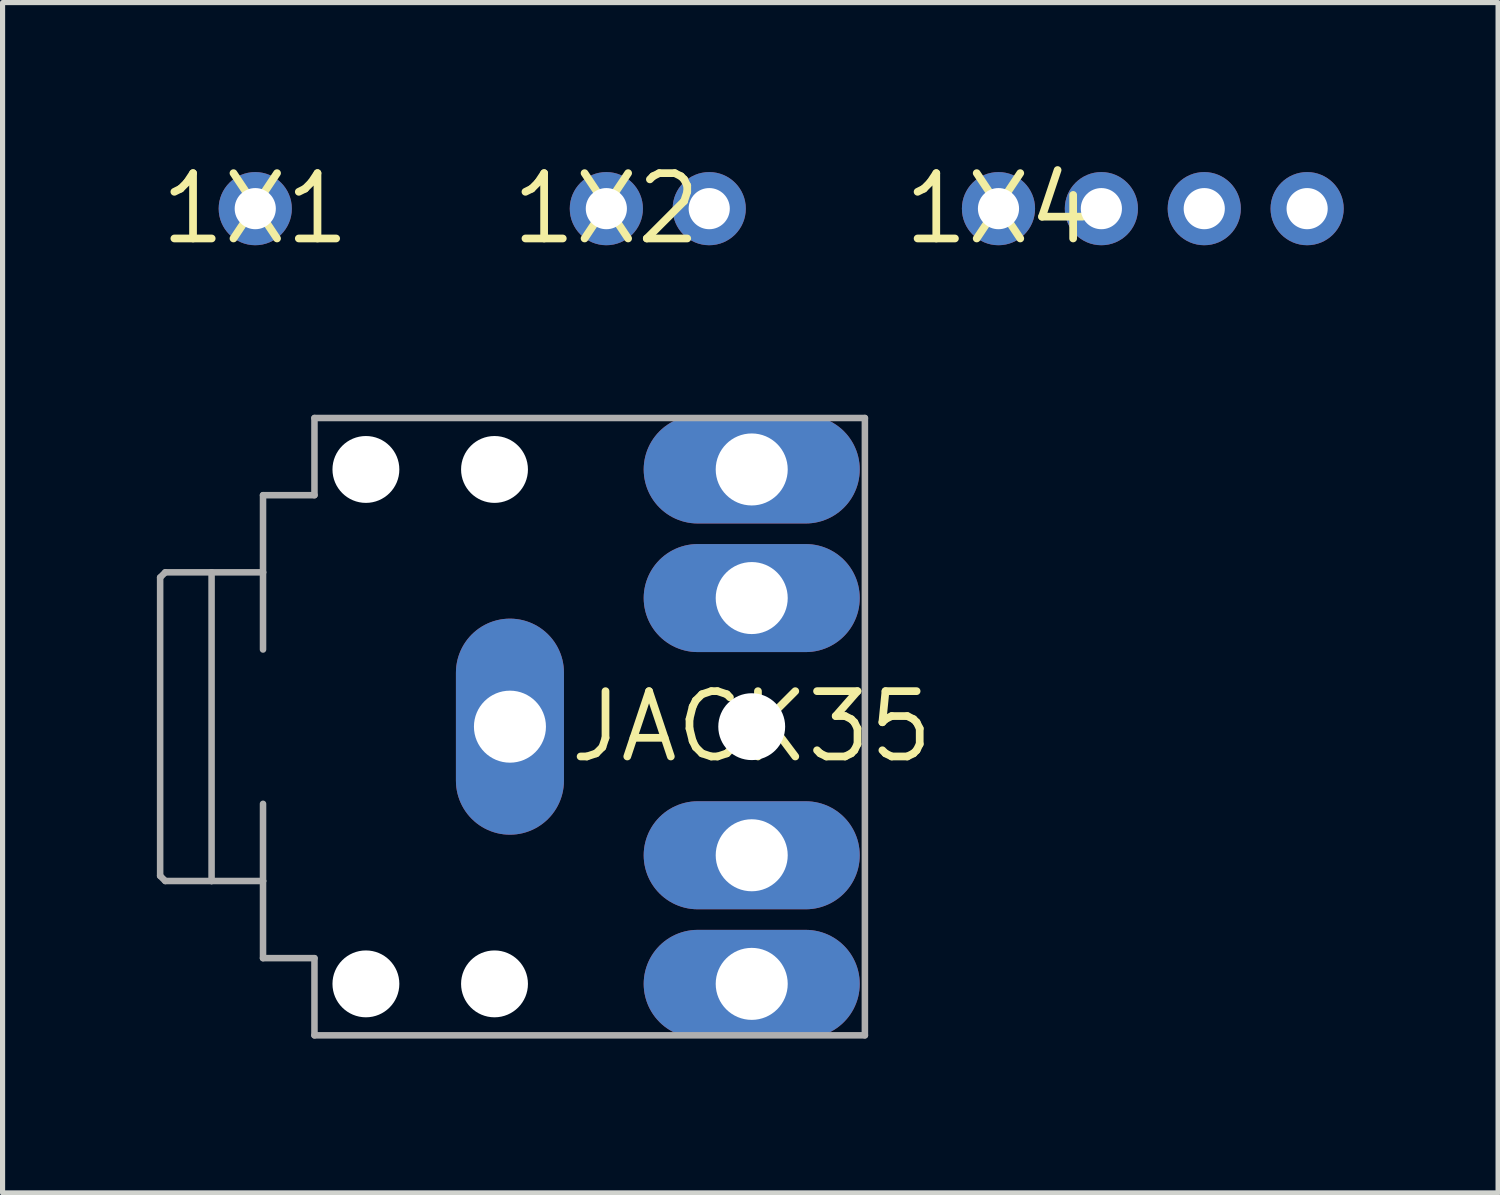
<source format=kicad_pcb>
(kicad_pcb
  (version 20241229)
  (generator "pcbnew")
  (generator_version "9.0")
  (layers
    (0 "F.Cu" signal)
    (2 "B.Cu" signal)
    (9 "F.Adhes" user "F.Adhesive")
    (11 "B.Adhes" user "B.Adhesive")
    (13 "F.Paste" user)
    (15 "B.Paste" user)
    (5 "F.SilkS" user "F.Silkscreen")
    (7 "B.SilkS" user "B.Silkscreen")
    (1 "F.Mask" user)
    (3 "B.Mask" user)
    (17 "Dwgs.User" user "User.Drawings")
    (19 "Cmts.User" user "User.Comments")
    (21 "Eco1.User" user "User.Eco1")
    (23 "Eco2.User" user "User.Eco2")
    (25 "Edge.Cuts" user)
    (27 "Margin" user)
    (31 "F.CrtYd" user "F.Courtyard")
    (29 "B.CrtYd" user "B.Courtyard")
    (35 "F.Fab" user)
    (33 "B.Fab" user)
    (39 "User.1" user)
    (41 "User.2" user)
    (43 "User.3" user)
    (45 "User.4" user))
  (footprint "JACK35"
    (layer "F.Cu")
    (at 11.563 11.076)
    (property "Reference" "JACK35" (at 0 0 0) (layer "F.SilkS") (effects (font (size 1.27 1.27) (thickness 0.15))))
    (fp_line (start -11.5 -2.9) (end -11.4 -3) (stroke (width 0.127) (type solid)) (layer "F.Fab"))
    (fp_line (start -11.5 2.9) (end -11.5 -2.9) (stroke (width 0.127) (type solid)) (layer "F.Fab"))
    (fp_line (start -11.4 -3) (end -10.5 -3) (stroke (width 0.127) (type solid)) (layer "F.Fab"))
    (fp_line (start -11.4 3) (end -11.5 2.9) (stroke (width 0.127) (type solid)) (layer "F.Fab"))
    (fp_line (start -10.5 -3) (end -10.5 3) (stroke (width 0.127) (type solid)) (layer "F.Fab"))
    (fp_line (start -10.5 3) (end -11.4 3) (stroke (width 0.127) (type solid)) (layer "F.Fab"))
    (fp_line (start -10.5 3) (end -9.5 3) (stroke (width 0.127) (type solid)) (layer "F.Fab"))
    (fp_line (start -9.5 -4.5) (end -8.5 -4.5) (stroke (width 0.127) (type solid)) (layer "F.Fab"))
    (fp_line (start -9.5 -3) (end -10.5 -3) (stroke (width 0.127) (type solid)) (layer "F.Fab"))
    (fp_line (start -9.5 -3) (end -9.5 -4.5) (stroke (width 0.127) (type solid)) (layer "F.Fab"))
    (fp_line (start -9.5 -3) (end -9.5 -1.5) (stroke (width 0.127) (type solid)) (layer "F.Fab"))
    (fp_line (start -9.5 3) (end -9.5 1.5) (stroke (width 0.127) (type solid)) (layer "F.Fab"))
    (fp_line (start -9.5 3) (end -9.5 4.5) (stroke (width 0.127) (type solid)) (layer "F.Fab"))
    (fp_line (start -9.5 4.5) (end -8.5 4.5) (stroke (width 0.127) (type solid)) (layer "F.Fab"))
    (fp_line (start -8.5 -6) (end -8.5 -4.5) (stroke (width 0.127) (type solid)) (layer "F.Fab"))
    (fp_line (start -8.5 4.5) (end -8.5 6) (stroke (width 0.127) (type solid)) (layer "F.Fab"))
    (fp_line (start -8.5 6) (end 2.2 6) (stroke (width 0.127) (type solid)) (layer "F.Fab"))
    (fp_line (start 2.2 -6) (end -8.5 -6) (stroke (width 0.127) (type solid)) (layer "F.Fab"))
    (fp_line (start 2.2 6) (end 2.2 -6) (stroke (width 0.127) (type solid)) (layer "F.Fab"))
    (pad "" np_thru_hole circle (at -7.5 -5) (size 1.3 1.3) (drill 1.3) (layers "*.Cu" "*.Mask"))
    (pad "" np_thru_hole circle (at -7.5 5) (size 1.3 1.3) (drill 1.3) (layers "*.Cu" "*.Mask"))
    (pad "" np_thru_hole circle (at -5 -5) (size 1.3 1.3) (drill 1.3) (layers "*.Cu" "*.Mask"))
    (pad "" np_thru_hole circle (at -5 5) (size 1.3 1.3) (drill 1.3) (layers "*.Cu" "*.Mask"))
    (pad "" np_thru_hole circle (at 0 0) (size 1.3 1.3) (drill 1.3) (layers "*.Cu" "*.Mask"))
    (pad "RING_6" thru_hole oval (at 0 -5) (size 4.2 2.1) (drill 1.4) (layers "*.Cu" "*.Mask"))
    (pad "SHUNT_TERMINAL_A_5" thru_hole oval (at 0 -2.5) (size 4.2 2.1) (drill 1.4) (layers "*.Cu" "*.Mask"))
    (pad "SHUNT_TERMINAL_B_4" thru_hole oval (at 0 2.5) (size 4.2 2.1) (drill 1.4) (layers "*.Cu" "*.Mask"))
    (pad "SLEEVE_3" thru_hole oval (at -4.7 0 90) (size 4.2 2.1) (drill 1.4) (layers "*.Cu" "*.Mask"))
    (pad "TIP_7" thru_hole oval (at 0 5) (size 4.2 2.1) (drill 1.4) (layers "*.Cu" "*.Mask")))
  (footprint "1X4"
    (layer "F.Cu")
    (at 16.36 1.006)
    (property "Reference" "1X4" (at 0 0 0) (layer "F.SilkS") (effects (font (size 1.27 1.27) (thickness 0.15))))
    (fp_poly (pts (xy -0.254 0.254) (xy 0.254 0.254) (xy 0.254 -0.254) (xy -0.254 -0.254)) (stroke (width 0) (type solid)) (fill yes) (layer "F.SilkS"))
    (fp_poly (pts (xy 1.746 0.254) (xy 2.254 0.254) (xy 2.254 -0.254) (xy 1.746 -0.254)) (stroke (width 0) (type solid)) (fill yes) (layer "F.SilkS"))
    (fp_poly (pts (xy 3.746 0.254) (xy 4.254 0.254) (xy 4.254 -0.254) (xy 3.746 -0.254)) (stroke (width 0) (type solid)) (fill yes) (layer "F.SilkS"))
    (fp_poly (pts (xy 5.746 0.254) (xy 6.254 0.254) (xy 6.254 -0.254) (xy 5.746 -0.254)) (stroke (width 0) (type solid)) (fill yes) (layer "F.SilkS"))
    (pad "1" thru_hole circle (at 0 0) (size 1.422 1.422) (drill 0.8) (layers "*.Cu" "*.Mask"))
    (pad "2" thru_hole circle (at 2 0) (size 1.422 1.422) (drill 0.8) (layers "*.Cu" "*.Mask"))
    (pad "3" thru_hole circle (at 4 0) (size 1.422 1.422) (drill 0.8) (layers "*.Cu" "*.Mask"))
    (pad "4" thru_hole circle (at 6 0) (size 1.422 1.422) (drill 0.8) (layers "*.Cu" "*.Mask")))
  (footprint "1X2"
    (layer "F.Cu")
    (at 8.737 1.006)
    (property "Reference" "1X2" (at 0 0 0) (layer "F.SilkS") (effects (font (size 1.27 1.27) (thickness 0.15))))
    (fp_poly (pts (xy -0.254 0.254) (xy 0.254 0.254) (xy 0.254 -0.254) (xy -0.254 -0.254)) (stroke (width 0) (type solid)) (fill yes) (layer "F.SilkS"))
    (fp_poly (pts (xy 1.746 0.254) (xy 2.254 0.254) (xy 2.254 -0.254) (xy 1.746 -0.254)) (stroke (width 0) (type solid)) (fill yes) (layer "F.SilkS"))
    (pad "1" thru_hole circle (at 0 0) (size 1.422 1.422) (drill 0.8) (layers "*.Cu" "*.Mask"))
    (pad "2" thru_hole circle (at 2 0) (size 1.422 1.422) (drill 0.8) (layers "*.Cu" "*.Mask")))
  (footprint "1X1"
    (layer "F.Cu")
    (at 1.912 1.006)
    (property "Reference" "1X1" (at 0 0 0) (layer "F.SilkS") (effects (font (size 1.27 1.27) (thickness 0.15))))
    (fp_poly (pts (xy -0.254 0.254) (xy 0.254 0.254) (xy 0.254 -0.254) (xy -0.254 -0.254)) (stroke (width 0) (type solid)) (fill yes) (layer "F.SilkS"))
    (pad "1" thru_hole circle (at 0 0) (size 1.422 1.422) (drill 0.8) (layers "*.Cu" "*.Mask")))
  (gr_rect
    (start -3 -3)
    (end 26.072 20.139)
    (stroke (width 0.1) (type default))
    (fill no)
    (layer "Edge.Cuts")))
</source>
